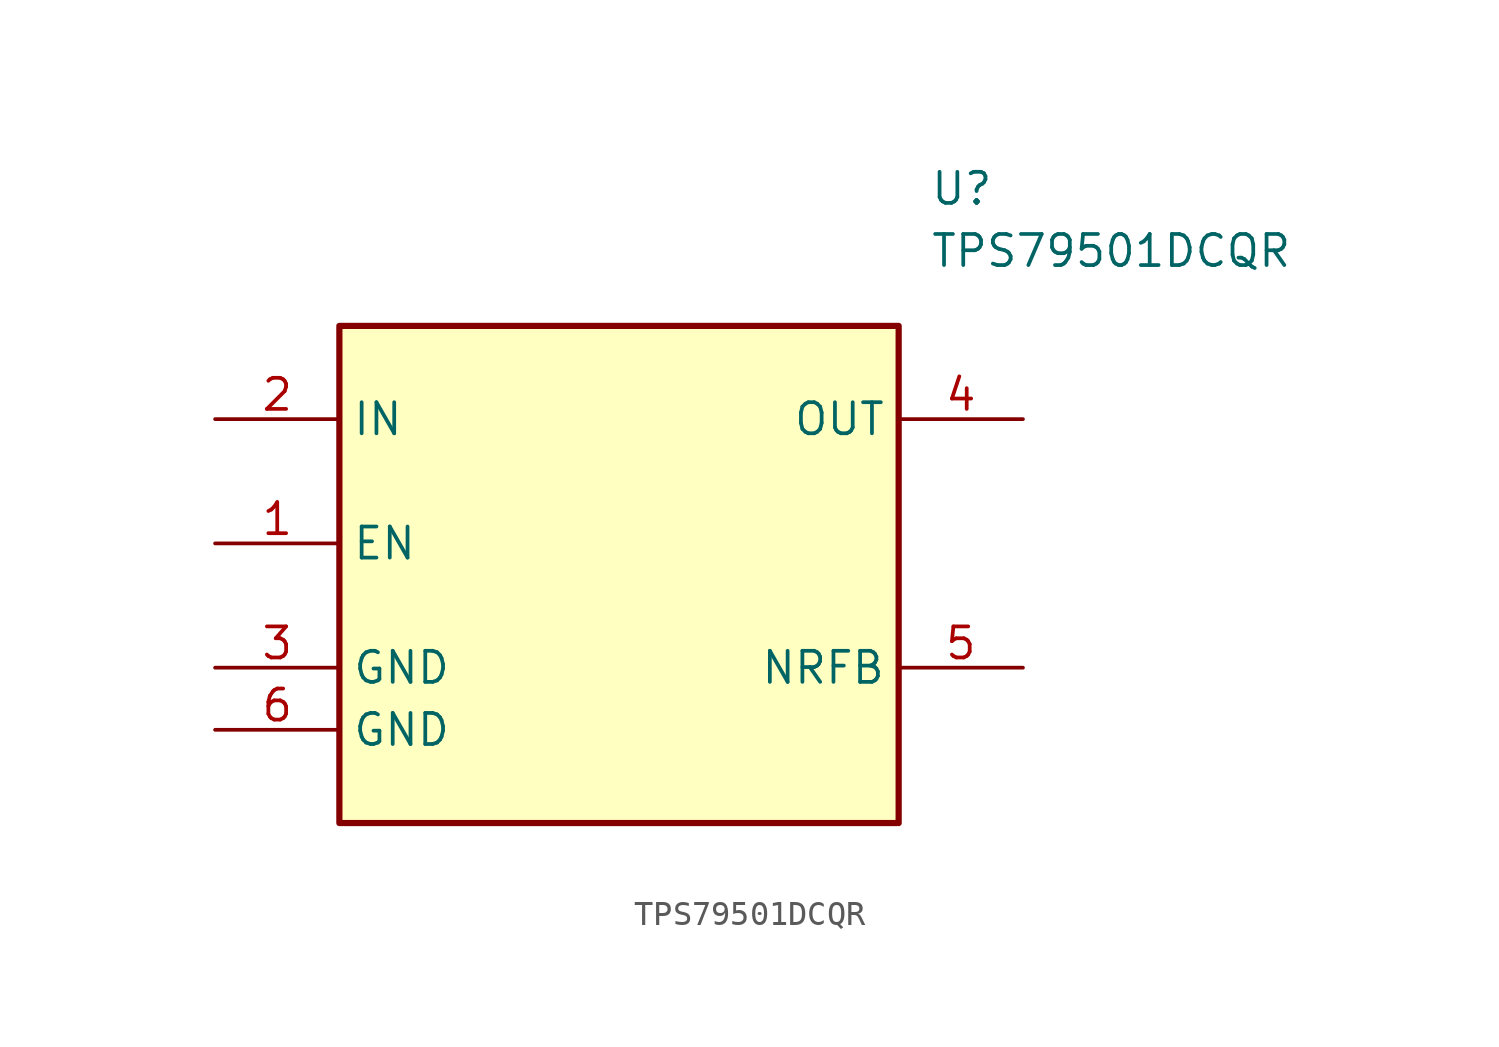
<source format=kicad_sym>
(kicad_symbol_lib
  (version 20220914)
  (generator kicad_symbol_editor)
  (symbol "TPS79501DCQR"
    (property "Reference" "U"
      (at 29.21 17.78 0)
      (effects (font (size 1.27 1.27)) (justify left top)))
    (property "Value" "TPS79501DCQR"
      (at 29.21 15.24 0)
      (effects (font (size 1.27 1.27)) (justify left top)))
    (symbol "TPS79501DCQR_1_1"
      (rectangle (start 5.08 11.43) (end 27.94 -8.89) (stroke (width 0.254) (type default)) (fill (type background)))
      (pin input line (at 0 2.54 0) (length 5.08) (name "EN" (effects (font (size 1.27 1.27)))) (number "1" (effects (font (size 1.27 1.27)))))
      (pin power_in line (at 0 7.62 0) (length 5.08) (name "IN" (effects (font (size 1.27 1.27)))) (number "2" (effects (font (size 1.27 1.27)))))
      (pin power_in line (at 0 -2.54 0) (length 5.08) (name "GND" (effects (font (size 1.27 1.27)))) (number "3" (effects (font (size 1.27 1.27)))))
      (pin power_out line (at 33.02 7.62 180) (length 5.08) (name "OUT" (effects (font (size 1.27 1.27)))) (number "4" (effects (font (size 1.27 1.27)))))
      (pin passive line (at 33.02 -2.54 180) (length 5.08) (name "NRFB" (effects (font (size 1.27 1.27)))) (number "5" (effects (font (size 1.27 1.27)))))
      (pin power_in line (at 0 -5.08 0) (length 5.08) (name "GND" (effects (font (size 1.27 1.27)))) (number "6" (effects (font (size 1.27 1.27))))))))
</source>
